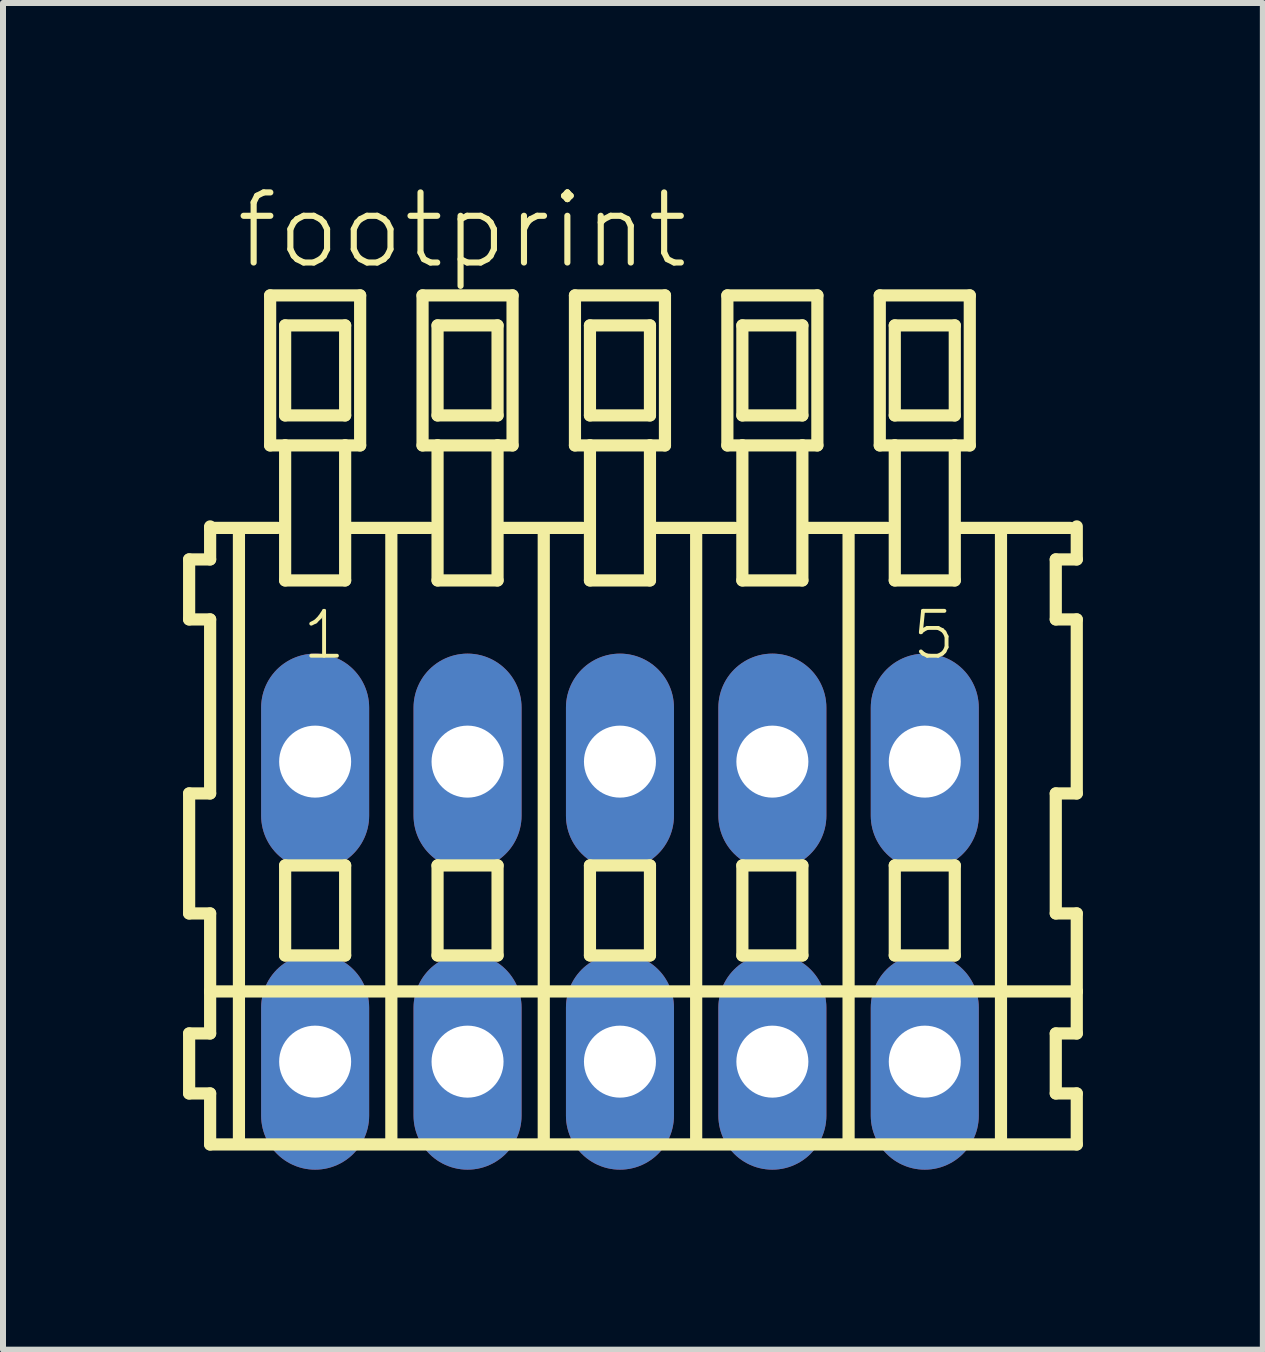
<source format=kicad_pcb>
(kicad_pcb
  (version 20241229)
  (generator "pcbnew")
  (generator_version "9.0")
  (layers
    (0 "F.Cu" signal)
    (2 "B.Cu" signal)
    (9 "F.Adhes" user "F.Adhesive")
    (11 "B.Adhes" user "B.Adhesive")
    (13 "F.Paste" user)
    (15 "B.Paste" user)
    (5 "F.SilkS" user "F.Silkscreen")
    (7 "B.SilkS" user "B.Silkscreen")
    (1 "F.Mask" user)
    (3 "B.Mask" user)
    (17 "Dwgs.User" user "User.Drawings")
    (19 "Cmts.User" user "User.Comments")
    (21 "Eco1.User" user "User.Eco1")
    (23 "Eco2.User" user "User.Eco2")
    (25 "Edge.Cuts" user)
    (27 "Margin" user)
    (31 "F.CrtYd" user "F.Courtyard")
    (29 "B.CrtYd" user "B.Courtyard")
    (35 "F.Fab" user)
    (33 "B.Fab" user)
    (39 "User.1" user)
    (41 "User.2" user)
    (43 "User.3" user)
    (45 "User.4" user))
  (footprint "footprint"
    (layer "F.Cu")
    (at 7.282 12.143)
    (property "Reference" "footprint" (at -6.45 -10.67 0) (layer "F.SilkS") (effects (font (size 1.168 1.168) (thickness 0.102)) (justify left bottom)))
    (fp_line (start -7.18 -5.87) (end -7.18 -4.87) (stroke (width 0.203) (type solid)) (layer "F.SilkS"))
    (fp_line (start -7.18 -4.87) (end -6.83 -4.87) (stroke (width 0.203) (type solid)) (layer "F.SilkS"))
    (fp_line (start -7.18 -1.97) (end -7.18 0.03) (stroke (width 0.203) (type solid)) (layer "F.SilkS"))
    (fp_line (start -7.18 0.03) (end -6.83 0.03) (stroke (width 0.203) (type solid)) (layer "F.SilkS"))
    (fp_line (start -7.18 2.03) (end -7.18 3.03) (stroke (width 0.203) (type solid)) (layer "F.SilkS"))
    (fp_line (start -7.18 3.03) (end -6.83 3.03) (stroke (width 0.203) (type solid)) (layer "F.SilkS"))
    (fp_line (start -6.83 -6.42) (end -6.83 -6.395) (stroke (width 0.203) (type solid)) (layer "F.SilkS"))
    (fp_line (start -6.83 -6.395) (end -6.83 -5.87) (stroke (width 0.203) (type solid)) (layer "F.SilkS"))
    (fp_line (start -6.83 -6.395) (end -5.705 -6.395) (stroke (width 0.203) (type solid)) (layer "F.SilkS"))
    (fp_line (start -6.83 -5.87) (end -7.18 -5.87) (stroke (width 0.203) (type solid)) (layer "F.SilkS"))
    (fp_line (start -6.83 -4.87) (end -6.83 -1.97) (stroke (width 0.203) (type solid)) (layer "F.SilkS"))
    (fp_line (start -6.83 -1.97) (end -7.18 -1.97) (stroke (width 0.203) (type solid)) (layer "F.SilkS"))
    (fp_line (start -6.83 0.03) (end -6.83 1.33) (stroke (width 0.203) (type solid)) (layer "F.SilkS"))
    (fp_line (start -6.83 1.33) (end -6.83 2.03) (stroke (width 0.203) (type solid)) (layer "F.SilkS"))
    (fp_line (start -6.83 1.33) (end 7.613 1.33) (stroke (width 0.203) (type solid)) (layer "F.SilkS"))
    (fp_line (start -6.83 2.03) (end -7.18 2.03) (stroke (width 0.203) (type solid)) (layer "F.SilkS"))
    (fp_line (start -6.83 3.03) (end -6.83 3.88) (stroke (width 0.203) (type solid)) (layer "F.SilkS"))
    (fp_line (start -6.83 3.88) (end 7.613 3.88) (stroke (width 0.203) (type solid)) (layer "F.SilkS"))
    (fp_line (start -6.35 3.83) (end -6.35 -6.33) (stroke (width 0.203) (type solid)) (layer "F.SilkS"))
    (fp_line (start -5.83 -10.27) (end -5.83 -7.77) (stroke (width 0.203) (type solid)) (layer "F.SilkS"))
    (fp_line (start -5.83 -7.77) (end -5.58 -7.77) (stroke (width 0.203) (type solid)) (layer "F.SilkS"))
    (fp_line (start -5.58 -9.77) (end -5.58 -8.27) (stroke (width 0.203) (type solid)) (layer "F.SilkS"))
    (fp_line (start -5.58 -8.27) (end -4.58 -8.27) (stroke (width 0.203) (type solid)) (layer "F.SilkS"))
    (fp_line (start -5.58 -7.77) (end -5.58 -5.52) (stroke (width 0.203) (type solid)) (layer "F.SilkS"))
    (fp_line (start -5.58 -7.77) (end -4.58 -7.77) (stroke (width 0.203) (type solid)) (layer "F.SilkS"))
    (fp_line (start -5.58 -5.52) (end -4.58 -5.52) (stroke (width 0.203) (type solid)) (layer "F.SilkS"))
    (fp_line (start -5.58 -0.77) (end -5.58 0.73) (stroke (width 0.203) (type solid)) (layer "F.SilkS"))
    (fp_line (start -5.58 0.73) (end -4.58 0.73) (stroke (width 0.203) (type solid)) (layer "F.SilkS"))
    (fp_line (start -4.58 -9.77) (end -5.58 -9.77) (stroke (width 0.203) (type solid)) (layer "F.SilkS"))
    (fp_line (start -4.58 -8.27) (end -4.58 -9.77) (stroke (width 0.203) (type solid)) (layer "F.SilkS"))
    (fp_line (start -4.58 -7.77) (end -4.33 -7.77) (stroke (width 0.203) (type solid)) (layer "F.SilkS"))
    (fp_line (start -4.58 -5.52) (end -4.58 -7.77) (stroke (width 0.203) (type solid)) (layer "F.SilkS"))
    (fp_line (start -4.58 -0.77) (end -5.58 -0.77) (stroke (width 0.203) (type solid)) (layer "F.SilkS"))
    (fp_line (start -4.58 0.73) (end -4.58 -0.77) (stroke (width 0.203) (type solid)) (layer "F.SilkS"))
    (fp_line (start -4.544 -6.395) (end -3.165 -6.395) (stroke (width 0.203) (type solid)) (layer "F.SilkS"))
    (fp_line (start -4.33 -10.27) (end -5.83 -10.27) (stroke (width 0.203) (type solid)) (layer "F.SilkS"))
    (fp_line (start -4.33 -7.77) (end -4.33 -10.27) (stroke (width 0.203) (type solid)) (layer "F.SilkS"))
    (fp_line (start -3.81 3.83) (end -3.81 -6.33) (stroke (width 0.203) (type solid)) (layer "F.SilkS"))
    (fp_line (start -3.29 -10.27) (end -3.29 -7.77) (stroke (width 0.203) (type solid)) (layer "F.SilkS"))
    (fp_line (start -3.29 -7.77) (end -3.04 -7.77) (stroke (width 0.203) (type solid)) (layer "F.SilkS"))
    (fp_line (start -3.04 -9.77) (end -3.04 -8.27) (stroke (width 0.203) (type solid)) (layer "F.SilkS"))
    (fp_line (start -3.04 -8.27) (end -2.04 -8.27) (stroke (width 0.203) (type solid)) (layer "F.SilkS"))
    (fp_line (start -3.04 -7.77) (end -3.04 -5.52) (stroke (width 0.203) (type solid)) (layer "F.SilkS"))
    (fp_line (start -3.04 -7.77) (end -2.04 -7.77) (stroke (width 0.203) (type solid)) (layer "F.SilkS"))
    (fp_line (start -3.04 -5.52) (end -2.04 -5.52) (stroke (width 0.203) (type solid)) (layer "F.SilkS"))
    (fp_line (start -3.04 -0.77) (end -3.04 0.73) (stroke (width 0.203) (type solid)) (layer "F.SilkS"))
    (fp_line (start -3.04 0.73) (end -2.04 0.73) (stroke (width 0.203) (type solid)) (layer "F.SilkS"))
    (fp_line (start -2.04 -9.77) (end -3.04 -9.77) (stroke (width 0.203) (type solid)) (layer "F.SilkS"))
    (fp_line (start -2.04 -8.27) (end -2.04 -9.77) (stroke (width 0.203) (type solid)) (layer "F.SilkS"))
    (fp_line (start -2.04 -7.77) (end -1.79 -7.77) (stroke (width 0.203) (type solid)) (layer "F.SilkS"))
    (fp_line (start -2.04 -5.52) (end -2.04 -7.77) (stroke (width 0.203) (type solid)) (layer "F.SilkS"))
    (fp_line (start -2.04 -0.77) (end -3.04 -0.77) (stroke (width 0.203) (type solid)) (layer "F.SilkS"))
    (fp_line (start -2.04 0.73) (end -2.04 -0.77) (stroke (width 0.203) (type solid)) (layer "F.SilkS"))
    (fp_line (start -2.004 -6.395) (end -0.625 -6.395) (stroke (width 0.203) (type solid)) (layer "F.SilkS"))
    (fp_line (start -1.79 -10.27) (end -3.29 -10.27) (stroke (width 0.203) (type solid)) (layer "F.SilkS"))
    (fp_line (start -1.79 -7.77) (end -1.79 -10.27) (stroke (width 0.203) (type solid)) (layer "F.SilkS"))
    (fp_line (start -1.27 3.83) (end -1.27 -6.33) (stroke (width 0.203) (type solid)) (layer "F.SilkS"))
    (fp_line (start -0.75 -10.27) (end -0.75 -7.77) (stroke (width 0.203) (type solid)) (layer "F.SilkS"))
    (fp_line (start -0.75 -7.77) (end -0.5 -7.77) (stroke (width 0.203) (type solid)) (layer "F.SilkS"))
    (fp_line (start -0.5 -9.77) (end -0.5 -8.27) (stroke (width 0.203) (type solid)) (layer "F.SilkS"))
    (fp_line (start -0.5 -8.27) (end 0.5 -8.27) (stroke (width 0.203) (type solid)) (layer "F.SilkS"))
    (fp_line (start -0.5 -7.77) (end -0.5 -5.52) (stroke (width 0.203) (type solid)) (layer "F.SilkS"))
    (fp_line (start -0.5 -7.77) (end 0.5 -7.77) (stroke (width 0.203) (type solid)) (layer "F.SilkS"))
    (fp_line (start -0.5 -5.52) (end 0.5 -5.52) (stroke (width 0.203) (type solid)) (layer "F.SilkS"))
    (fp_line (start -0.5 -0.77) (end -0.5 0.73) (stroke (width 0.203) (type solid)) (layer "F.SilkS"))
    (fp_line (start -0.5 0.73) (end 0.5 0.73) (stroke (width 0.203) (type solid)) (layer "F.SilkS"))
    (fp_line (start 0.5 -9.77) (end -0.5 -9.77) (stroke (width 0.203) (type solid)) (layer "F.SilkS"))
    (fp_line (start 0.5 -8.27) (end 0.5 -9.77) (stroke (width 0.203) (type solid)) (layer "F.SilkS"))
    (fp_line (start 0.5 -7.77) (end 0.75 -7.77) (stroke (width 0.203) (type solid)) (layer "F.SilkS"))
    (fp_line (start 0.5 -5.52) (end 0.5 -7.77) (stroke (width 0.203) (type solid)) (layer "F.SilkS"))
    (fp_line (start 0.5 -0.77) (end -0.5 -0.77) (stroke (width 0.203) (type solid)) (layer "F.SilkS"))
    (fp_line (start 0.5 0.73) (end 0.5 -0.77) (stroke (width 0.203) (type solid)) (layer "F.SilkS"))
    (fp_line (start 0.536 -6.395) (end 1.915 -6.395) (stroke (width 0.203) (type solid)) (layer "F.SilkS"))
    (fp_line (start 0.75 -10.27) (end -0.75 -10.27) (stroke (width 0.203) (type solid)) (layer "F.SilkS"))
    (fp_line (start 0.75 -7.77) (end 0.75 -10.27) (stroke (width 0.203) (type solid)) (layer "F.SilkS"))
    (fp_line (start 1.27 3.83) (end 1.27 -6.33) (stroke (width 0.203) (type solid)) (layer "F.SilkS"))
    (fp_line (start 1.79 -10.27) (end 1.79 -7.77) (stroke (width 0.203) (type solid)) (layer "F.SilkS"))
    (fp_line (start 1.79 -7.77) (end 2.04 -7.77) (stroke (width 0.203) (type solid)) (layer "F.SilkS"))
    (fp_line (start 2.04 -9.77) (end 2.04 -8.27) (stroke (width 0.203) (type solid)) (layer "F.SilkS"))
    (fp_line (start 2.04 -8.27) (end 3.04 -8.27) (stroke (width 0.203) (type solid)) (layer "F.SilkS"))
    (fp_line (start 2.04 -7.77) (end 2.04 -5.52) (stroke (width 0.203) (type solid)) (layer "F.SilkS"))
    (fp_line (start 2.04 -7.77) (end 3.04 -7.77) (stroke (width 0.203) (type solid)) (layer "F.SilkS"))
    (fp_line (start 2.04 -5.52) (end 3.04 -5.52) (stroke (width 0.203) (type solid)) (layer "F.SilkS"))
    (fp_line (start 2.04 -0.77) (end 2.04 0.73) (stroke (width 0.203) (type solid)) (layer "F.SilkS"))
    (fp_line (start 2.04 0.73) (end 3.04 0.73) (stroke (width 0.203) (type solid)) (layer "F.SilkS"))
    (fp_line (start 3.04 -9.77) (end 2.04 -9.77) (stroke (width 0.203) (type solid)) (layer "F.SilkS"))
    (fp_line (start 3.04 -8.27) (end 3.04 -9.77) (stroke (width 0.203) (type solid)) (layer "F.SilkS"))
    (fp_line (start 3.04 -7.77) (end 3.29 -7.77) (stroke (width 0.203) (type solid)) (layer "F.SilkS"))
    (fp_line (start 3.04 -5.52) (end 3.04 -7.77) (stroke (width 0.203) (type solid)) (layer "F.SilkS"))
    (fp_line (start 3.04 -0.77) (end 2.04 -0.77) (stroke (width 0.203) (type solid)) (layer "F.SilkS"))
    (fp_line (start 3.04 0.73) (end 3.04 -0.77) (stroke (width 0.203) (type solid)) (layer "F.SilkS"))
    (fp_line (start 3.076 -6.395) (end 4.455 -6.395) (stroke (width 0.203) (type solid)) (layer "F.SilkS"))
    (fp_line (start 3.29 -10.27) (end 1.79 -10.27) (stroke (width 0.203) (type solid)) (layer "F.SilkS"))
    (fp_line (start 3.29 -7.77) (end 3.29 -10.27) (stroke (width 0.203) (type solid)) (layer "F.SilkS"))
    (fp_line (start 3.81 3.83) (end 3.81 -6.33) (stroke (width 0.203) (type solid)) (layer "F.SilkS"))
    (fp_line (start 4.33 -10.27) (end 4.33 -7.77) (stroke (width 0.203) (type solid)) (layer "F.SilkS"))
    (fp_line (start 4.33 -7.77) (end 4.58 -7.77) (stroke (width 0.203) (type solid)) (layer "F.SilkS"))
    (fp_line (start 4.58 -9.77) (end 4.58 -8.27) (stroke (width 0.203) (type solid)) (layer "F.SilkS"))
    (fp_line (start 4.58 -8.27) (end 5.58 -8.27) (stroke (width 0.203) (type solid)) (layer "F.SilkS"))
    (fp_line (start 4.58 -7.77) (end 4.58 -5.52) (stroke (width 0.203) (type solid)) (layer "F.SilkS"))
    (fp_line (start 4.58 -7.77) (end 5.58 -7.77) (stroke (width 0.203) (type solid)) (layer "F.SilkS"))
    (fp_line (start 4.58 -5.52) (end 5.58 -5.52) (stroke (width 0.203) (type solid)) (layer "F.SilkS"))
    (fp_line (start 4.58 -0.77) (end 4.58 0.73) (stroke (width 0.203) (type solid)) (layer "F.SilkS"))
    (fp_line (start 4.58 0.73) (end 5.58 0.73) (stroke (width 0.203) (type solid)) (layer "F.SilkS"))
    (fp_line (start 5.58 -9.77) (end 4.58 -9.77) (stroke (width 0.203) (type solid)) (layer "F.SilkS"))
    (fp_line (start 5.58 -8.27) (end 5.58 -9.77) (stroke (width 0.203) (type solid)) (layer "F.SilkS"))
    (fp_line (start 5.58 -7.77) (end 5.83 -7.77) (stroke (width 0.203) (type solid)) (layer "F.SilkS"))
    (fp_line (start 5.58 -5.52) (end 5.58 -7.77) (stroke (width 0.203) (type solid)) (layer "F.SilkS"))
    (fp_line (start 5.58 -0.77) (end 4.58 -0.77) (stroke (width 0.203) (type solid)) (layer "F.SilkS"))
    (fp_line (start 5.58 0.73) (end 5.58 -0.77) (stroke (width 0.203) (type solid)) (layer "F.SilkS"))
    (fp_line (start 5.616 -6.395) (end 7.503 -6.395) (stroke (width 0.203) (type solid)) (layer "F.SilkS"))
    (fp_line (start 5.83 -10.27) (end 4.33 -10.27) (stroke (width 0.203) (type solid)) (layer "F.SilkS"))
    (fp_line (start 5.83 -7.77) (end 5.83 -10.27) (stroke (width 0.203) (type solid)) (layer "F.SilkS"))
    (fp_line (start 6.35 3.83) (end 6.35 -6.33) (stroke (width 0.203) (type solid)) (layer "F.SilkS"))
    (fp_line (start 7.263 -5.87) (end 7.263 -4.87) (stroke (width 0.203) (type solid)) (layer "F.SilkS"))
    (fp_line (start 7.263 -4.87) (end 7.613 -4.87) (stroke (width 0.203) (type solid)) (layer "F.SilkS"))
    (fp_line (start 7.263 -1.97) (end 7.263 0.03) (stroke (width 0.203) (type solid)) (layer "F.SilkS"))
    (fp_line (start 7.263 0.03) (end 7.613 0.03) (stroke (width 0.203) (type solid)) (layer "F.SilkS"))
    (fp_line (start 7.263 2.03) (end 7.263 3.03) (stroke (width 0.203) (type solid)) (layer "F.SilkS"))
    (fp_line (start 7.263 3.03) (end 7.613 3.03) (stroke (width 0.203) (type solid)) (layer "F.SilkS"))
    (fp_line (start 7.613 -5.87) (end 7.263 -5.87) (stroke (width 0.203) (type solid)) (layer "F.SilkS"))
    (fp_line (start 7.613 -5.87) (end 7.613 -6.42) (stroke (width 0.203) (type solid)) (layer "F.SilkS"))
    (fp_line (start 7.613 -1.97) (end 7.263 -1.97) (stroke (width 0.203) (type solid)) (layer "F.SilkS"))
    (fp_line (start 7.613 -1.97) (end 7.613 -4.87) (stroke (width 0.203) (type solid)) (layer "F.SilkS"))
    (fp_line (start 7.613 1.33) (end 7.613 0.03) (stroke (width 0.203) (type solid)) (layer "F.SilkS"))
    (fp_line (start 7.613 2.03) (end 7.263 2.03) (stroke (width 0.203) (type solid)) (layer "F.SilkS"))
    (fp_line (start 7.613 2.03) (end 7.613 1.33) (stroke (width 0.203) (type solid)) (layer "F.SilkS"))
    (fp_line (start 7.613 3.88) (end 7.613 3.03) (stroke (width 0.203) (type solid)) (layer "F.SilkS"))
    (fp_text user "1" (at -5.33 -4.17 0) (layer "F.SilkS") (effects (font (size 0.748 0.748) (thickness 0.065)) (justify left bottom)))
    (fp_text user "5" (at 4.83 -4.17 0) (layer "F.SilkS") (effects (font (size 0.748 0.748) (thickness 0.065)) (justify left bottom)))
    (pad "A1" thru_hole oval (at -5.08 -2.5 90) (size 3.6 1.8) (drill 1.2) (layers "*.Cu" "*.Mask"))
    (pad "A2" thru_hole oval (at -2.54 -2.5 90) (size 3.6 1.8) (drill 1.2) (layers "*.Cu" "*.Mask"))
    (pad "A3" thru_hole oval (at 0 -2.5 90) (size 3.6 1.8) (drill 1.2) (layers "*.Cu" "*.Mask"))
    (pad "A4" thru_hole oval (at 2.54 -2.5 90) (size 3.6 1.8) (drill 1.2) (layers "*.Cu" "*.Mask"))
    (pad "A5" thru_hole oval (at 5.08 -2.5 90) (size 3.6 1.8) (drill 1.2) (layers "*.Cu" "*.Mask"))
    (pad "B1" thru_hole oval (at -5.08 2.5 90) (size 3.6 1.8) (drill 1.2) (layers "*.Cu" "*.Mask"))
    (pad "B2" thru_hole oval (at -2.54 2.5 90) (size 3.6 1.8) (drill 1.2) (layers "*.Cu" "*.Mask"))
    (pad "B3" thru_hole oval (at 0 2.5 90) (size 3.6 1.8) (drill 1.2) (layers "*.Cu" "*.Mask"))
    (pad "B4" thru_hole oval (at 2.54 2.5 90) (size 3.6 1.8) (drill 1.2) (layers "*.Cu" "*.Mask"))
    (pad "B5" thru_hole oval (at 5.08 2.5 90) (size 3.6 1.8) (drill 1.2) (layers "*.Cu" "*.Mask")))
  (gr_rect
    (start -3 -3)
    (end 17.996 19.443)
    (stroke (width 0.1) (type default))
    (fill no)
    (layer "Edge.Cuts")))
</source>
